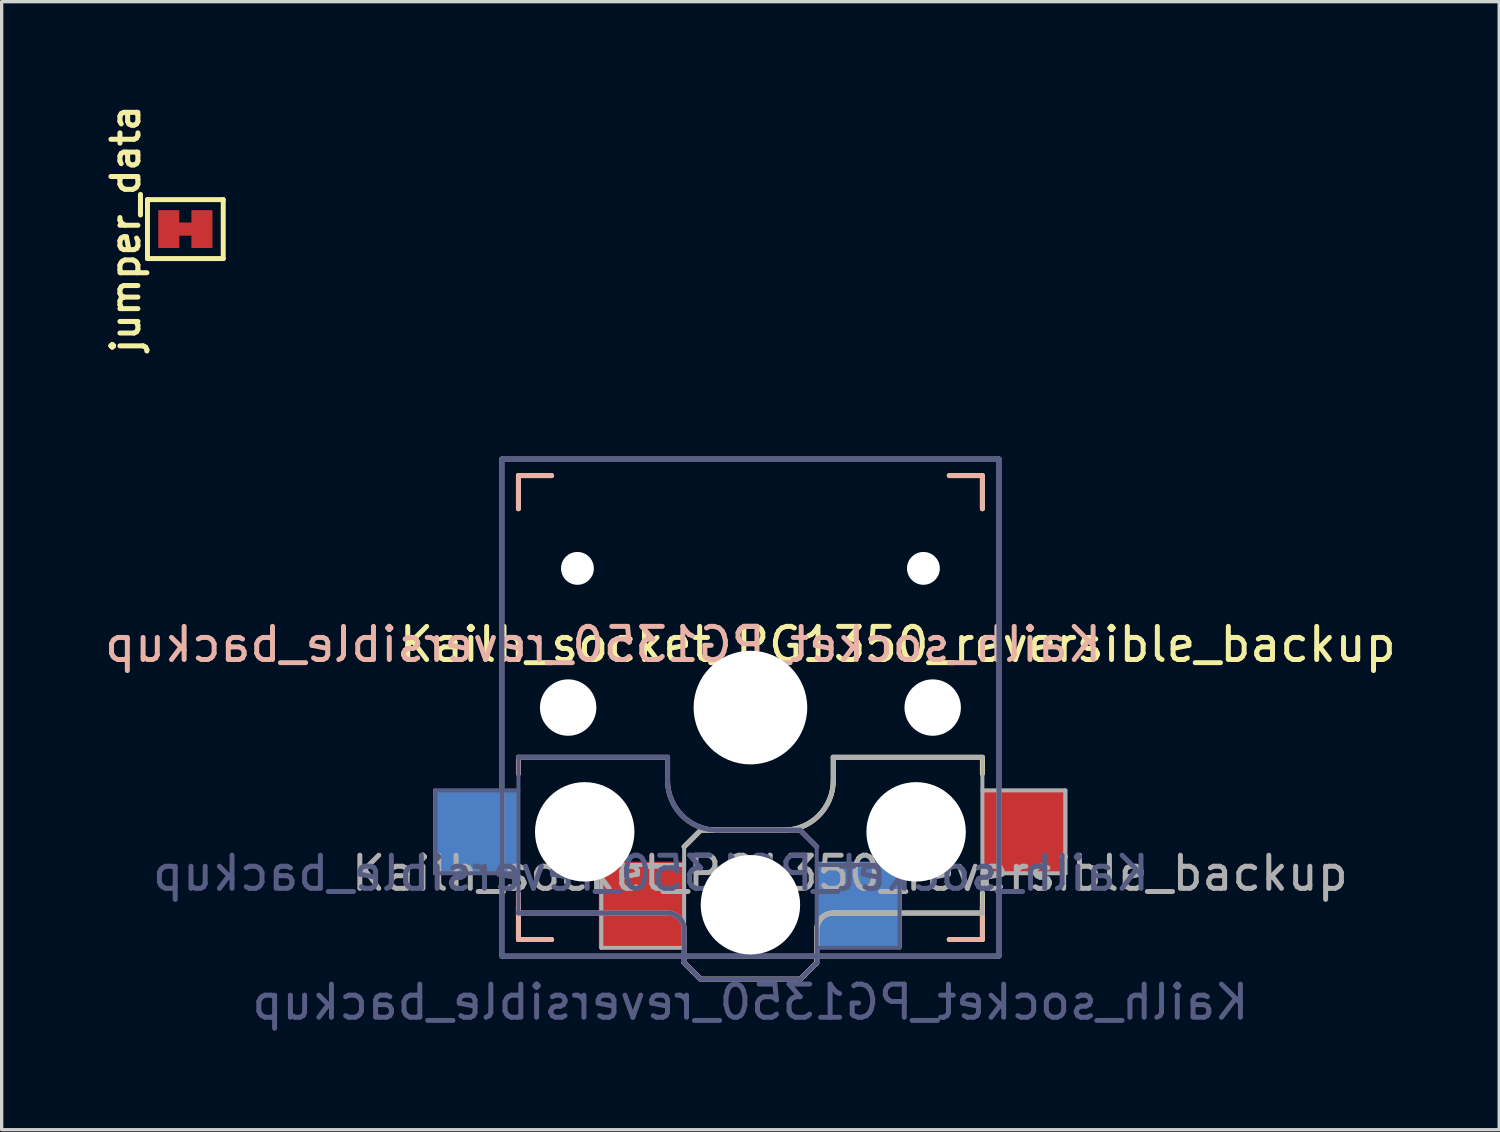
<source format=kicad_pcb>
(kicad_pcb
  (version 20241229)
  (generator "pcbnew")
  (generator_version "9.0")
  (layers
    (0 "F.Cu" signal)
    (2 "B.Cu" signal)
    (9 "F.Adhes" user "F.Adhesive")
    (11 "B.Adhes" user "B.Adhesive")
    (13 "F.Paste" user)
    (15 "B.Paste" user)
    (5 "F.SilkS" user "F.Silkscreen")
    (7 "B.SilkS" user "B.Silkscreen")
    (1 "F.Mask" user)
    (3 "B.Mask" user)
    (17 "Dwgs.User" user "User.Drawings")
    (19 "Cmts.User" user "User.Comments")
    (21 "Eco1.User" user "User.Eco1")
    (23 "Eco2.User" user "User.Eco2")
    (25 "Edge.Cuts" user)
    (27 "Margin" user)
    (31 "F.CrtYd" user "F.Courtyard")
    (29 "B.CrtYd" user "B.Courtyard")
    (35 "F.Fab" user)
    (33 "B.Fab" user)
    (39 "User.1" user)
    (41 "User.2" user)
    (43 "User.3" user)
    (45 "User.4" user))
  (footprint "jumper_data"
    (layer "F.Cu")
    (at 2.543 3.863)
    (property "Reference" "jumper_data" (at -1.8 0 90) (layer "F.SilkS") (effects (font (size 0.813 0.813) (thickness 0.152))))
    (attr smd)
    (fp_poly (pts (xy -0.2 -0.15) (xy 0.2 -0.15) (xy 0.2 0.15) (xy -0.2 0.15)) (stroke (width 0.1) (type solid)) (fill yes) (layer "F.Cu"))
    (fp_line (start -1.143 -0.889) (end 1.143 -0.889) (stroke (width 0.15) (type solid)) (layer "F.SilkS"))
    (fp_line (start -1.143 0.889) (end -1.143 -0.889) (stroke (width 0.15) (type solid)) (layer "F.SilkS"))
    (fp_line (start 1.143 -0.889) (end 1.143 0.889) (stroke (width 0.15) (type solid)) (layer "F.SilkS"))
    (fp_line (start 1.143 0.889) (end -1.143 0.889) (stroke (width 0.15) (type solid)) (layer "F.SilkS"))
    (pad "1" smd rect (at -0.5 0) (size 0.635 1.143) (layers "F.Cu" "F.Mask" "F.Paste"))
    (pad "2" smd rect (at 0.5 0) (size 0.635 1.143) (layers "F.Cu" "F.Mask" "F.Paste")))
  (footprint "Kailh_socket_PG1350_reversible_backup"
    (layer "F.Cu")
    (at 19.594 18.301)
    (property "Reference" "Kailh_socket_PG1350_reversible_backup" (at 4.445 -1.905 0) (layer "F.SilkS") (effects (font (size 1 1) (thickness 0.15))))
    (property "Value" "Kailh_socket_PG1350_reversible_backup" (at 0 8.89 0) (layer "F.Fab") (hide yes) (effects (font (size 1 1) (thickness 0.15))))
    (attr smd)
    (fp_line (start -7 -7) (end -6 -7) (stroke (width 0.15) (type solid)) (layer "F.SilkS"))
    (fp_line (start -7 -6) (end -7 -7) (stroke (width 0.15) (type solid)) (layer "F.SilkS"))
    (fp_line (start -7 7) (end -7 6) (stroke (width 0.15) (type solid)) (layer "F.SilkS"))
    (fp_line (start -6 7) (end -7 7) (stroke (width 0.15) (type solid)) (layer "F.SilkS"))
    (fp_line (start -2 4.2) (end -1.5 3.7) (stroke (width 0.15) (type solid)) (layer "F.SilkS"))
    (fp_line (start -2 7.7) (end -1.5 8.2) (stroke (width 0.15) (type solid)) (layer "F.SilkS"))
    (fp_line (start -1.5 3.7) (end 1 3.7) (stroke (width 0.15) (type solid)) (layer "F.SilkS"))
    (fp_line (start -1.5 8.2) (end 1.5 8.2) (stroke (width 0.15) (type solid)) (layer "F.SilkS"))
    (fp_line (start 1.5 8.2) (end 2 7.7) (stroke (width 0.15) (type solid)) (layer "F.SilkS"))
    (fp_line (start 2 6.7) (end 2 7.7) (stroke (width 0.15) (type solid)) (layer "F.SilkS"))
    (fp_line (start 2.5 1.5) (end 7 1.5) (stroke (width 0.15) (type solid)) (layer "F.SilkS"))
    (fp_line (start 2.5 2.2) (end 2.5 1.5) (stroke (width 0.15) (type solid)) (layer "F.SilkS"))
    (fp_line (start 6 -7) (end 7 -7) (stroke (width 0.15) (type solid)) (layer "F.SilkS"))
    (fp_line (start 7 -7) (end 7 -6) (stroke (width 0.15) (type solid)) (layer "F.SilkS"))
    (fp_line (start 7 1.5) (end 7 2) (stroke (width 0.15) (type solid)) (layer "F.SilkS"))
    (fp_line (start 7 5.6) (end 7 6.2) (stroke (width 0.15) (type solid)) (layer "F.SilkS"))
    (fp_line (start 7 6) (end 7 7) (stroke (width 0.15) (type solid)) (layer "F.SilkS"))
    (fp_line (start 7 6.2) (end 2.5 6.2) (stroke (width 0.15) (type solid)) (layer "F.SilkS"))
    (fp_line (start 7 7) (end 6 7) (stroke (width 0.15) (type solid)) (layer "F.SilkS"))
    (fp_arc (start 2 6.7) (mid 2.146447 6.346447) (end 2.5 6.2) (stroke (width 0.15) (type solid)) (layer "F.SilkS"))
    (fp_arc (start 2.5 2.2) (mid 2.06066 3.26066) (end 1 3.7) (stroke (width 0.15) (type solid)) (layer "F.SilkS"))
    (fp_line (start -7 -7) (end -6 -7) (stroke (width 0.15) (type solid)) (layer "B.SilkS"))
    (fp_line (start -7 -6) (end -7 -7) (stroke (width 0.15) (type solid)) (layer "B.SilkS"))
    (fp_line (start -7 1.5) (end -7 2) (stroke (width 0.15) (type solid)) (layer "B.SilkS"))
    (fp_line (start -7 5.6) (end -7 6.2) (stroke (width 0.15) (type solid)) (layer "B.SilkS"))
    (fp_line (start -7 6.2) (end -2.5 6.2) (stroke (width 0.15) (type solid)) (layer "B.SilkS"))
    (fp_line (start -7 7) (end -7 6) (stroke (width 0.15) (type solid)) (layer "B.SilkS"))
    (fp_line (start -6 7) (end -7 7) (stroke (width 0.15) (type solid)) (layer "B.SilkS"))
    (fp_line (start -2.5 1.5) (end -7 1.5) (stroke (width 0.15) (type solid)) (layer "B.SilkS"))
    (fp_line (start -2.5 2.2) (end -2.5 1.5) (stroke (width 0.15) (type solid)) (layer "B.SilkS"))
    (fp_line (start -2 6.7) (end -2 7.7) (stroke (width 0.15) (type solid)) (layer "B.SilkS"))
    (fp_line (start -1.5 8.2) (end -2 7.7) (stroke (width 0.15) (type solid)) (layer "B.SilkS"))
    (fp_line (start 1.5 3.7) (end -1 3.7) (stroke (width 0.15) (type solid)) (layer "B.SilkS"))
    (fp_line (start 1.5 8.2) (end -1.5 8.2) (stroke (width 0.15) (type solid)) (layer "B.SilkS"))
    (fp_line (start 2 4.2) (end 1.5 3.7) (stroke (width 0.15) (type solid)) (layer "B.SilkS"))
    (fp_line (start 2 7.7) (end 1.5 8.2) (stroke (width 0.15) (type solid)) (layer "B.SilkS"))
    (fp_line (start 6 -7) (end 7 -7) (stroke (width 0.15) (type solid)) (layer "B.SilkS"))
    (fp_line (start 7 -7) (end 7 -6) (stroke (width 0.15) (type solid)) (layer "B.SilkS"))
    (fp_line (start 7 6) (end 7 7) (stroke (width 0.15) (type solid)) (layer "B.SilkS"))
    (fp_line (start 7 7) (end 6 7) (stroke (width 0.15) (type solid)) (layer "B.SilkS"))
    (fp_arc (start -2.5 6.2) (mid -2.146447 6.346447) (end -2 6.7) (stroke (width 0.15) (type solid)) (layer "B.SilkS"))
    (fp_arc (start -1 3.7) (mid -2.06066 3.26066) (end -2.5 2.2) (stroke (width 0.15) (type solid)) (layer "B.SilkS"))
    (fp_line (start -6.9 6.9) (end -6.9 -6.9) (stroke (width 0.15) (type solid)) (layer "Eco2.User"))
    (fp_line (start -6.9 6.9) (end 6.9 6.9) (stroke (width 0.15) (type solid)) (layer "Eco2.User"))
    (fp_line (start -2.6 -3.1) (end -2.6 -6.3) (stroke (width 0.15) (type solid)) (layer "Eco2.User"))
    (fp_line (start -2.6 -3.1) (end 2.6 -3.1) (stroke (width 0.15) (type solid)) (layer "Eco2.User"))
    (fp_line (start 2.6 -6.3) (end -2.6 -6.3) (stroke (width 0.15) (type solid)) (layer "Eco2.User"))
    (fp_line (start 2.6 -3.1) (end 2.6 -6.3) (stroke (width 0.15) (type solid)) (layer "Eco2.User"))
    (fp_line (start 6.9 -6.9) (end -6.9 -6.9) (stroke (width 0.15) (type solid)) (layer "Eco2.User"))
    (fp_line (start 6.9 -6.9) (end 6.9 6.9) (stroke (width 0.15) (type solid)) (layer "Eco2.User"))
    (fp_line (start -9.5 2.5) (end -7 2.5) (stroke (width 0.12) (type solid)) (layer "B.Fab"))
    (fp_line (start -9.5 5) (end -9.5 2.5) (stroke (width 0.12) (type solid)) (layer "B.Fab"))
    (fp_line (start -7.5 -7.5) (end 7.5 -7.5) (stroke (width 0.15) (type solid)) (layer "B.Fab"))
    (fp_line (start -7.5 7.5) (end -7.5 -7.5) (stroke (width 0.15) (type solid)) (layer "B.Fab"))
    (fp_line (start -7 1.5) (end -7 6.2) (stroke (width 0.12) (type solid)) (layer "B.Fab"))
    (fp_line (start -7 5) (end -9.5 5) (stroke (width 0.12) (type solid)) (layer "B.Fab"))
    (fp_line (start -7 6.2) (end -2.5 6.2) (stroke (width 0.15) (type solid)) (layer "B.Fab"))
    (fp_line (start -2.5 1.5) (end -7 1.5) (stroke (width 0.15) (type solid)) (layer "B.Fab"))
    (fp_line (start -2.5 2.2) (end -2.5 1.5) (stroke (width 0.15) (type solid)) (layer "B.Fab"))
    (fp_line (start -2 6.7) (end -2 7.7) (stroke (width 0.15) (type solid)) (layer "B.Fab"))
    (fp_line (start -1.5 8.2) (end -2 7.7) (stroke (width 0.15) (type solid)) (layer "B.Fab"))
    (fp_line (start 1.5 3.7) (end -1 3.7) (stroke (width 0.15) (type solid)) (layer "B.Fab"))
    (fp_line (start 1.5 8.2) (end -1.5 8.2) (stroke (width 0.15) (type solid)) (layer "B.Fab"))
    (fp_line (start 2 4.2) (end 1.5 3.7) (stroke (width 0.15) (type solid)) (layer "B.Fab"))
    (fp_line (start 2 4.25) (end 2 7.7) (stroke (width 0.12) (type solid)) (layer "B.Fab"))
    (fp_line (start 2 4.75) (end 4.5 4.75) (stroke (width 0.12) (type solid)) (layer "B.Fab"))
    (fp_line (start 2 7.7) (end 1.5 8.2) (stroke (width 0.15) (type solid)) (layer "B.Fab"))
    (fp_line (start 4.5 4.75) (end 4.5 7.25) (stroke (width 0.12) (type solid)) (layer "B.Fab"))
    (fp_line (start 4.5 7.25) (end 2 7.25) (stroke (width 0.12) (type solid)) (layer "B.Fab"))
    (fp_line (start 7.5 -7.5) (end 7.5 7.5) (stroke (width 0.15) (type solid)) (layer "B.Fab"))
    (fp_line (start 7.5 7.5) (end -7.5 7.5) (stroke (width 0.15) (type solid)) (layer "B.Fab"))
    (fp_arc (start -2.5 6.2) (mid -2.146447 6.346447) (end -2 6.7) (stroke (width 0.15) (type solid)) (layer "B.Fab"))
    (fp_arc (start -1 3.7) (mid -2.06066 3.26066) (end -2.5 2.2) (stroke (width 0.15) (type solid)) (layer "B.Fab"))
    (fp_line (start -7.5 -7.5) (end 7.5 -7.5) (stroke (width 0.15) (type solid)) (layer "F.Fab"))
    (fp_line (start -7.5 7.5) (end -7.5 -7.5) (stroke (width 0.15) (type solid)) (layer "F.Fab"))
    (fp_line (start -4.5 4.75) (end -4.5 7.25) (stroke (width 0.12) (type solid)) (layer "F.Fab"))
    (fp_line (start -4.5 7.25) (end -2 7.25) (stroke (width 0.12) (type solid)) (layer "F.Fab"))
    (fp_line (start -2 4.2) (end -1.5 3.7) (stroke (width 0.15) (type solid)) (layer "F.Fab"))
    (fp_line (start -2 4.25) (end -2 7.7) (stroke (width 0.12) (type solid)) (layer "F.Fab"))
    (fp_line (start -2 4.75) (end -4.5 4.75) (stroke (width 0.12) (type solid)) (layer "F.Fab"))
    (fp_line (start -2 7.7) (end -1.5 8.2) (stroke (width 0.15) (type solid)) (layer "F.Fab"))
    (fp_line (start -1.5 3.7) (end 1 3.7) (stroke (width 0.15) (type solid)) (layer "F.Fab"))
    (fp_line (start -1.5 8.2) (end 1.5 8.2) (stroke (width 0.15) (type solid)) (layer "F.Fab"))
    (fp_line (start 1.5 8.2) (end 2 7.7) (stroke (width 0.15) (type solid)) (layer "F.Fab"))
    (fp_line (start 2 6.7) (end 2 7.7) (stroke (width 0.15) (type solid)) (layer "F.Fab"))
    (fp_line (start 2.5 1.5) (end 7 1.5) (stroke (width 0.15) (type solid)) (layer "F.Fab"))
    (fp_line (start 2.5 2.2) (end 2.5 1.5) (stroke (width 0.15) (type solid)) (layer "F.Fab"))
    (fp_line (start 7 1.5) (end 7 6.2) (stroke (width 0.12) (type solid)) (layer "F.Fab"))
    (fp_line (start 7 5) (end 9.5 5) (stroke (width 0.12) (type solid)) (layer "F.Fab"))
    (fp_line (start 7 6.2) (end 2.5 6.2) (stroke (width 0.15) (type solid)) (layer "F.Fab"))
    (fp_line (start 7.5 -7.5) (end 7.5 7.5) (stroke (width 0.15) (type solid)) (layer "F.Fab"))
    (fp_line (start 7.5 7.5) (end -7.5 7.5) (stroke (width 0.15) (type solid)) (layer "F.Fab"))
    (fp_line (start 9.5 2.5) (end 7 2.5) (stroke (width 0.12) (type solid)) (layer "F.Fab"))
    (fp_line (start 9.5 5) (end 9.5 2.5) (stroke (width 0.12) (type solid)) (layer "F.Fab"))
    (fp_arc (start 2 6.7) (mid 2.146447 6.346447) (end 2.5 6.2) (stroke (width 0.15) (type solid)) (layer "F.Fab"))
    (fp_arc (start 2.5 2.2) (mid 2.06066 3.26066) (end 1 3.7) (stroke (width 0.15) (type solid)) (layer "F.Fab"))
    (fp_text user "${REFERENCE}" (at -4.445 -1.905 0) (layer "B.SilkS") (effects (font (size 1 1) (thickness 0.15)) (justify mirror)))
    (fp_text user "${VALUE}" (at 0 8.89 0) (layer "B.Fab") (effects (font (size 1 1) (thickness 0.15)) (justify mirror)))
    (fp_text user "${REFERENCE}" (at -3 5 0) (layer "B.Fab") (effects (font (size 1 1) (thickness 0.15)) (justify mirror)))
    (fp_text user "${REFERENCE}" (at 3 5 180) (layer "F.Fab") (effects (font (size 1 1) (thickness 0.15))))
    (pad "" np_thru_hole circle (at -5.5 0) (size 1.702 1.702) (drill 1.702) (layers "*.Cu" "*.Mask"))
    (pad "" np_thru_hole circle (at -5.22 -4.2) (size 0.991 0.991) (drill 0.991) (layers "*.Cu" "*.Mask"))
    (pad "" np_thru_hole circle (at -5 3.75) (size 3 3) (drill 3) (layers "*.Cu" "*.Mask"))
    (pad "" np_thru_hole circle (at 0 0) (size 3.429 3.429) (drill 3.429) (layers "*.Cu" "*.Mask"))
    (pad "" np_thru_hole circle (at 0 5.95) (size 3 3) (drill 3) (layers "*.Cu" "*.Mask"))
    (pad "" np_thru_hole circle (at 5 3.75) (size 3 3) (drill 3) (layers "*.Cu" "*.Mask"))
    (pad "" np_thru_hole circle (at 5.22 -4.2) (size 0.991 0.991) (drill 0.991) (layers "*.Cu" "*.Mask"))
    (pad "" np_thru_hole circle (at 5.5 0) (size 1.702 1.702) (drill 1.702) (layers "*.Cu" "*.Mask"))
    (pad "1" smd rect (at -3.275 5.95) (size 2.6 2.6) (layers "F.Cu" "F.Mask" "F.Paste"))
    (pad "1" smd rect (at 3.275 5.95) (size 2.6 2.6) (layers "B.Cu" "B.Mask" "B.Paste"))
    (pad "2" smd rect (at -8.275 3.75) (size 2.6 2.6) (layers "B.Cu" "B.Mask" "B.Paste"))
    (pad "2" smd rect (at 8.275 3.75) (size 2.6 2.6) (layers "F.Cu" "F.Mask" "F.Paste")))
  (gr_rect
    (start -3 -3)
    (end 42.188 31.039)
    (stroke (width 0.1) (type default))
    (fill no)
    (layer "Edge.Cuts")))
</source>
